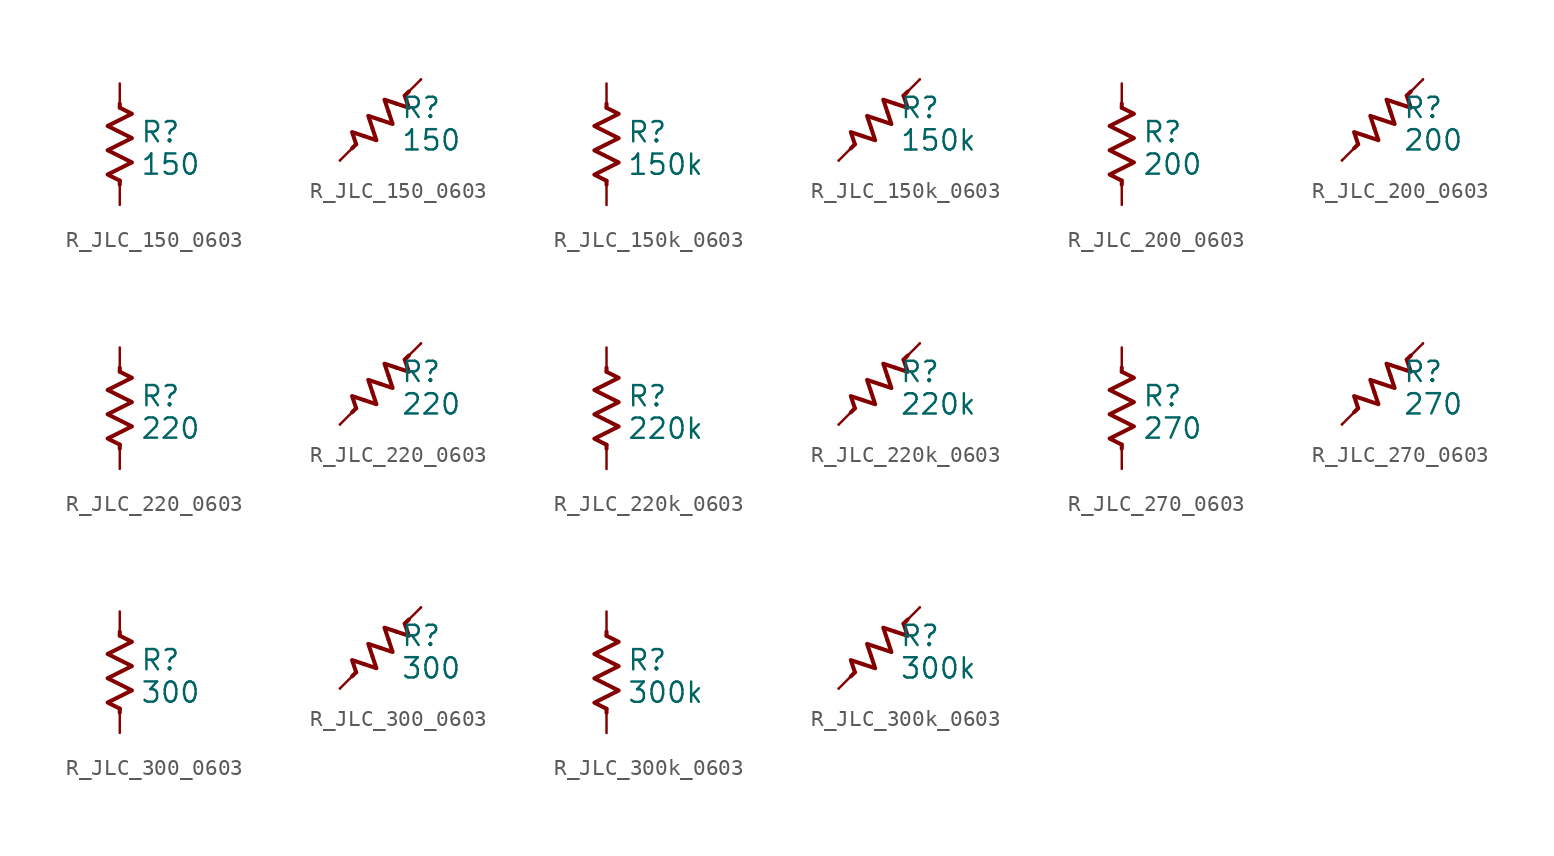
<source format=kicad_sym>
(kicad_symbol_lib
  (version 20231120)
  (generator "kicad_symbol_editor")
  (generator_version "8.0")
  (symbol "R_JLC_150_0603"
    (pin_numbers hide)
    (pin_names
      (offset 0))
    (property "Reference" "R"
      (at 1.27 0.762 0)
      (effects (font (size 1.27 1.27)) (justify left)))
    (property "Value" "150"
      (at 1.27 -1.27 0)
      (effects (font (size 1.27 1.27)) (justify left)))
    (symbol "R_JLC_150_0603_0_1"
      (polyline (pts (xy 0 -2.286) (xy 0 -2.54)) (stroke (width 0.254) (type default)) (fill (type none)))
      (polyline (pts (xy 0 2.286) (xy 0 2.54)) (stroke (width 0.254) (type default)) (fill (type none)))
      (polyline (pts (xy 0 2.286) (xy 0.762 1.905) (xy -0.762 1.143) (xy 0 0.762) (xy 0.762 0.381) (xy 0 0) (xy -0.762 -0.381) (xy 0 -0.762) (xy 0.762 -1.143) (xy 0 -1.524) (xy -0.762 -1.905) (xy 0 -2.286)) (stroke (width 0.254) (type default)) (fill (type none))))
    (symbol "R_JLC_150_0603_0_2"
      (polyline (pts (xy -2.54 -2.54) (xy -1.778 -1.778)) (stroke (width 0) (type default)) (fill (type none)))
      (polyline (pts (xy -1.778 -1.778) (xy -1.524 -1.524)) (stroke (width 0.254) (type default)) (fill (type none)))
      (polyline (pts (xy 1.778 1.778) (xy 1.524 1.524)) (stroke (width 0.254) (type default)) (fill (type none)))
      (polyline (pts (xy 1.778 1.778) (xy 2.54 2.54)) (stroke (width 0) (type default)) (fill (type none)))
      (polyline (pts (xy -1.524 -1.524) (xy -1.778 -0.762) (xy -1.016 -1.016)) (stroke (width 0.254) (type default)) (fill (type none)))
      (polyline (pts (xy -0.508 -0.508) (xy -0.762 0.254) (xy 0 0)) (stroke (width 0.254) (type default)) (fill (type none)))
      (polyline (pts (xy -0.508 -0.508) (xy -0.254 -1.27) (xy -1.016 -1.016)) (stroke (width 0.254) (type default)) (fill (type none)))
      (polyline (pts (xy 0.508 0.508) (xy 0.254 1.27) (xy 1.016 1.016)) (stroke (width 0.254) (type default)) (fill (type none)))
      (polyline (pts (xy 0.508 0.508) (xy 0.762 -0.254) (xy 0 0)) (stroke (width 0.254) (type default)) (fill (type none)))
      (polyline (pts (xy 1.524 1.524) (xy 1.778 0.762) (xy 1.016 1.016)) (stroke (width 0.254) (type default)) (fill (type none))))
    (symbol "R_JLC_150_0603_1_1"
      (pin passive line (at 0 3.81 270) (length 1.27) (name "~" (effects (font (size 1.27 1.27)))) (number "1" (effects (font (size 1.27 1.27)))))
      (pin passive line (at 0 -3.81 90) (length 1.27) (name "~" (effects (font (size 1.27 1.27)))) (number "2" (effects (font (size 1.27 1.27))))))
    (symbol "R_JLC_150_0603_1_2"
      (pin passive line (at 2.54 2.54 180) (length 0) (name "" (effects (font (size 1.27 1.27)))) (number "1" (effects (font (size 1.27 1.27)))))
      (pin passive line (at -2.54 -2.54 0) (length 0) (name "" (effects (font (size 1.27 1.27)))) (number "2" (effects (font (size 1.27 1.27)))))))
  (symbol "R_JLC_150k_0603"
    (pin_numbers hide)
    (pin_names
      (offset 0))
    (property "Reference" "R"
      (at 1.27 0.762 0)
      (effects (font (size 1.27 1.27)) (justify left)))
    (property "Value" "150k"
      (at 1.27 -1.27 0)
      (effects (font (size 1.27 1.27)) (justify left)))
    (symbol "R_JLC_150k_0603_0_1"
      (polyline (pts (xy 0 -2.286) (xy 0 -2.54)) (stroke (width 0.254) (type default)) (fill (type none)))
      (polyline (pts (xy 0 2.286) (xy 0 2.54)) (stroke (width 0.254) (type default)) (fill (type none)))
      (polyline (pts (xy 0 2.286) (xy 0.762 1.905) (xy -0.762 1.143) (xy 0 0.762) (xy 0.762 0.381) (xy 0 0) (xy -0.762 -0.381) (xy 0 -0.762) (xy 0.762 -1.143) (xy 0 -1.524) (xy -0.762 -1.905) (xy 0 -2.286)) (stroke (width 0.254) (type default)) (fill (type none))))
    (symbol "R_JLC_150k_0603_0_2"
      (polyline (pts (xy -2.54 -2.54) (xy -1.778 -1.778)) (stroke (width 0) (type default)) (fill (type none)))
      (polyline (pts (xy -1.778 -1.778) (xy -1.524 -1.524)) (stroke (width 0.254) (type default)) (fill (type none)))
      (polyline (pts (xy 1.778 1.778) (xy 1.524 1.524)) (stroke (width 0.254) (type default)) (fill (type none)))
      (polyline (pts (xy 1.778 1.778) (xy 2.54 2.54)) (stroke (width 0) (type default)) (fill (type none)))
      (polyline (pts (xy -1.524 -1.524) (xy -1.778 -0.762) (xy -1.016 -1.016)) (stroke (width 0.254) (type default)) (fill (type none)))
      (polyline (pts (xy -0.508 -0.508) (xy -0.762 0.254) (xy 0 0)) (stroke (width 0.254) (type default)) (fill (type none)))
      (polyline (pts (xy -0.508 -0.508) (xy -0.254 -1.27) (xy -1.016 -1.016)) (stroke (width 0.254) (type default)) (fill (type none)))
      (polyline (pts (xy 0.508 0.508) (xy 0.254 1.27) (xy 1.016 1.016)) (stroke (width 0.254) (type default)) (fill (type none)))
      (polyline (pts (xy 0.508 0.508) (xy 0.762 -0.254) (xy 0 0)) (stroke (width 0.254) (type default)) (fill (type none)))
      (polyline (pts (xy 1.524 1.524) (xy 1.778 0.762) (xy 1.016 1.016)) (stroke (width 0.254) (type default)) (fill (type none))))
    (symbol "R_JLC_150k_0603_1_1"
      (pin passive line (at 0 3.81 270) (length 1.27) (name "~" (effects (font (size 1.27 1.27)))) (number "1" (effects (font (size 1.27 1.27)))))
      (pin passive line (at 0 -3.81 90) (length 1.27) (name "~" (effects (font (size 1.27 1.27)))) (number "2" (effects (font (size 1.27 1.27))))))
    (symbol "R_JLC_150k_0603_1_2"
      (pin passive line (at 2.54 2.54 180) (length 0) (name "" (effects (font (size 1.27 1.27)))) (number "1" (effects (font (size 1.27 1.27)))))
      (pin passive line (at -2.54 -2.54 0) (length 0) (name "" (effects (font (size 1.27 1.27)))) (number "2" (effects (font (size 1.27 1.27)))))))
  (symbol "R_JLC_200_0603"
    (pin_numbers hide)
    (pin_names
      (offset 0))
    (property "Reference" "R"
      (at 1.27 0.762 0)
      (effects (font (size 1.27 1.27)) (justify left)))
    (property "Value" "200"
      (at 1.27 -1.27 0)
      (effects (font (size 1.27 1.27)) (justify left)))
    (symbol "R_JLC_200_0603_0_1"
      (polyline (pts (xy 0 -2.286) (xy 0 -2.54)) (stroke (width 0.254) (type default)) (fill (type none)))
      (polyline (pts (xy 0 2.286) (xy 0 2.54)) (stroke (width 0.254) (type default)) (fill (type none)))
      (polyline (pts (xy 0 2.286) (xy 0.762 1.905) (xy -0.762 1.143) (xy 0 0.762) (xy 0.762 0.381) (xy 0 0) (xy -0.762 -0.381) (xy 0 -0.762) (xy 0.762 -1.143) (xy 0 -1.524) (xy -0.762 -1.905) (xy 0 -2.286)) (stroke (width 0.254) (type default)) (fill (type none))))
    (symbol "R_JLC_200_0603_0_2"
      (polyline (pts (xy -2.54 -2.54) (xy -1.778 -1.778)) (stroke (width 0) (type default)) (fill (type none)))
      (polyline (pts (xy -1.778 -1.778) (xy -1.524 -1.524)) (stroke (width 0.254) (type default)) (fill (type none)))
      (polyline (pts (xy 1.778 1.778) (xy 1.524 1.524)) (stroke (width 0.254) (type default)) (fill (type none)))
      (polyline (pts (xy 1.778 1.778) (xy 2.54 2.54)) (stroke (width 0) (type default)) (fill (type none)))
      (polyline (pts (xy -1.524 -1.524) (xy -1.778 -0.762) (xy -1.016 -1.016)) (stroke (width 0.254) (type default)) (fill (type none)))
      (polyline (pts (xy -0.508 -0.508) (xy -0.762 0.254) (xy 0 0)) (stroke (width 0.254) (type default)) (fill (type none)))
      (polyline (pts (xy -0.508 -0.508) (xy -0.254 -1.27) (xy -1.016 -1.016)) (stroke (width 0.254) (type default)) (fill (type none)))
      (polyline (pts (xy 0.508 0.508) (xy 0.254 1.27) (xy 1.016 1.016)) (stroke (width 0.254) (type default)) (fill (type none)))
      (polyline (pts (xy 0.508 0.508) (xy 0.762 -0.254) (xy 0 0)) (stroke (width 0.254) (type default)) (fill (type none)))
      (polyline (pts (xy 1.524 1.524) (xy 1.778 0.762) (xy 1.016 1.016)) (stroke (width 0.254) (type default)) (fill (type none))))
    (symbol "R_JLC_200_0603_1_1"
      (pin passive line (at 0 3.81 270) (length 1.27) (name "~" (effects (font (size 1.27 1.27)))) (number "1" (effects (font (size 1.27 1.27)))))
      (pin passive line (at 0 -3.81 90) (length 1.27) (name "~" (effects (font (size 1.27 1.27)))) (number "2" (effects (font (size 1.27 1.27))))))
    (symbol "R_JLC_200_0603_1_2"
      (pin passive line (at 2.54 2.54 180) (length 0) (name "" (effects (font (size 1.27 1.27)))) (number "1" (effects (font (size 1.27 1.27)))))
      (pin passive line (at -2.54 -2.54 0) (length 0) (name "" (effects (font (size 1.27 1.27)))) (number "2" (effects (font (size 1.27 1.27)))))))
  (symbol "R_JLC_220_0603"
    (pin_numbers hide)
    (pin_names
      (offset 0))
    (property "Reference" "R"
      (at 1.27 0.762 0)
      (effects (font (size 1.27 1.27)) (justify left)))
    (property "Value" "220"
      (at 1.27 -1.27 0)
      (effects (font (size 1.27 1.27)) (justify left)))
    (symbol "R_JLC_220_0603_0_1"
      (polyline (pts (xy 0 -2.286) (xy 0 -2.54)) (stroke (width 0.254) (type default)) (fill (type none)))
      (polyline (pts (xy 0 2.286) (xy 0 2.54)) (stroke (width 0.254) (type default)) (fill (type none)))
      (polyline (pts (xy 0 2.286) (xy 0.762 1.905) (xy -0.762 1.143) (xy 0 0.762) (xy 0.762 0.381) (xy 0 0) (xy -0.762 -0.381) (xy 0 -0.762) (xy 0.762 -1.143) (xy 0 -1.524) (xy -0.762 -1.905) (xy 0 -2.286)) (stroke (width 0.254) (type default)) (fill (type none))))
    (symbol "R_JLC_220_0603_0_2"
      (polyline (pts (xy -2.54 -2.54) (xy -1.778 -1.778)) (stroke (width 0) (type default)) (fill (type none)))
      (polyline (pts (xy -1.778 -1.778) (xy -1.524 -1.524)) (stroke (width 0.254) (type default)) (fill (type none)))
      (polyline (pts (xy 1.778 1.778) (xy 1.524 1.524)) (stroke (width 0.254) (type default)) (fill (type none)))
      (polyline (pts (xy 1.778 1.778) (xy 2.54 2.54)) (stroke (width 0) (type default)) (fill (type none)))
      (polyline (pts (xy -1.524 -1.524) (xy -1.778 -0.762) (xy -1.016 -1.016)) (stroke (width 0.254) (type default)) (fill (type none)))
      (polyline (pts (xy -0.508 -0.508) (xy -0.762 0.254) (xy 0 0)) (stroke (width 0.254) (type default)) (fill (type none)))
      (polyline (pts (xy -0.508 -0.508) (xy -0.254 -1.27) (xy -1.016 -1.016)) (stroke (width 0.254) (type default)) (fill (type none)))
      (polyline (pts (xy 0.508 0.508) (xy 0.254 1.27) (xy 1.016 1.016)) (stroke (width 0.254) (type default)) (fill (type none)))
      (polyline (pts (xy 0.508 0.508) (xy 0.762 -0.254) (xy 0 0)) (stroke (width 0.254) (type default)) (fill (type none)))
      (polyline (pts (xy 1.524 1.524) (xy 1.778 0.762) (xy 1.016 1.016)) (stroke (width 0.254) (type default)) (fill (type none))))
    (symbol "R_JLC_220_0603_1_1"
      (pin passive line (at 0 3.81 270) (length 1.27) (name "~" (effects (font (size 1.27 1.27)))) (number "1" (effects (font (size 1.27 1.27)))))
      (pin passive line (at 0 -3.81 90) (length 1.27) (name "~" (effects (font (size 1.27 1.27)))) (number "2" (effects (font (size 1.27 1.27))))))
    (symbol "R_JLC_220_0603_1_2"
      (pin passive line (at 2.54 2.54 180) (length 0) (name "" (effects (font (size 1.27 1.27)))) (number "1" (effects (font (size 1.27 1.27)))))
      (pin passive line (at -2.54 -2.54 0) (length 0) (name "" (effects (font (size 1.27 1.27)))) (number "2" (effects (font (size 1.27 1.27)))))))
  (symbol "R_JLC_220k_0603"
    (pin_numbers hide)
    (pin_names
      (offset 0))
    (property "Reference" "R"
      (at 1.27 0.762 0)
      (effects (font (size 1.27 1.27)) (justify left)))
    (property "Value" "220k"
      (at 1.27 -1.27 0)
      (effects (font (size 1.27 1.27)) (justify left)))
    (symbol "R_JLC_220k_0603_0_1"
      (polyline (pts (xy 0 -2.286) (xy 0 -2.54)) (stroke (width 0.254) (type default)) (fill (type none)))
      (polyline (pts (xy 0 2.286) (xy 0 2.54)) (stroke (width 0.254) (type default)) (fill (type none)))
      (polyline (pts (xy 0 2.286) (xy 0.762 1.905) (xy -0.762 1.143) (xy 0 0.762) (xy 0.762 0.381) (xy 0 0) (xy -0.762 -0.381) (xy 0 -0.762) (xy 0.762 -1.143) (xy 0 -1.524) (xy -0.762 -1.905) (xy 0 -2.286)) (stroke (width 0.254) (type default)) (fill (type none))))
    (symbol "R_JLC_220k_0603_0_2"
      (polyline (pts (xy -2.54 -2.54) (xy -1.778 -1.778)) (stroke (width 0) (type default)) (fill (type none)))
      (polyline (pts (xy -1.778 -1.778) (xy -1.524 -1.524)) (stroke (width 0.254) (type default)) (fill (type none)))
      (polyline (pts (xy 1.778 1.778) (xy 1.524 1.524)) (stroke (width 0.254) (type default)) (fill (type none)))
      (polyline (pts (xy 1.778 1.778) (xy 2.54 2.54)) (stroke (width 0) (type default)) (fill (type none)))
      (polyline (pts (xy -1.524 -1.524) (xy -1.778 -0.762) (xy -1.016 -1.016)) (stroke (width 0.254) (type default)) (fill (type none)))
      (polyline (pts (xy -0.508 -0.508) (xy -0.762 0.254) (xy 0 0)) (stroke (width 0.254) (type default)) (fill (type none)))
      (polyline (pts (xy -0.508 -0.508) (xy -0.254 -1.27) (xy -1.016 -1.016)) (stroke (width 0.254) (type default)) (fill (type none)))
      (polyline (pts (xy 0.508 0.508) (xy 0.254 1.27) (xy 1.016 1.016)) (stroke (width 0.254) (type default)) (fill (type none)))
      (polyline (pts (xy 0.508 0.508) (xy 0.762 -0.254) (xy 0 0)) (stroke (width 0.254) (type default)) (fill (type none)))
      (polyline (pts (xy 1.524 1.524) (xy 1.778 0.762) (xy 1.016 1.016)) (stroke (width 0.254) (type default)) (fill (type none))))
    (symbol "R_JLC_220k_0603_1_1"
      (pin passive line (at 0 3.81 270) (length 1.27) (name "~" (effects (font (size 1.27 1.27)))) (number "1" (effects (font (size 1.27 1.27)))))
      (pin passive line (at 0 -3.81 90) (length 1.27) (name "~" (effects (font (size 1.27 1.27)))) (number "2" (effects (font (size 1.27 1.27))))))
    (symbol "R_JLC_220k_0603_1_2"
      (pin passive line (at 2.54 2.54 180) (length 0) (name "" (effects (font (size 1.27 1.27)))) (number "1" (effects (font (size 1.27 1.27)))))
      (pin passive line (at -2.54 -2.54 0) (length 0) (name "" (effects (font (size 1.27 1.27)))) (number "2" (effects (font (size 1.27 1.27)))))))
  (symbol "R_JLC_270_0603"
    (pin_numbers hide)
    (pin_names
      (offset 0))
    (property "Reference" "R"
      (at 1.27 0.762 0)
      (effects (font (size 1.27 1.27)) (justify left)))
    (property "Value" "270"
      (at 1.27 -1.27 0)
      (effects (font (size 1.27 1.27)) (justify left)))
    (symbol "R_JLC_270_0603_0_1"
      (polyline (pts (xy 0 -2.286) (xy 0 -2.54)) (stroke (width 0.254) (type default)) (fill (type none)))
      (polyline (pts (xy 0 2.286) (xy 0 2.54)) (stroke (width 0.254) (type default)) (fill (type none)))
      (polyline (pts (xy 0 2.286) (xy 0.762 1.905) (xy -0.762 1.143) (xy 0 0.762) (xy 0.762 0.381) (xy 0 0) (xy -0.762 -0.381) (xy 0 -0.762) (xy 0.762 -1.143) (xy 0 -1.524) (xy -0.762 -1.905) (xy 0 -2.286)) (stroke (width 0.254) (type default)) (fill (type none))))
    (symbol "R_JLC_270_0603_0_2"
      (polyline (pts (xy -2.54 -2.54) (xy -1.778 -1.778)) (stroke (width 0) (type default)) (fill (type none)))
      (polyline (pts (xy -1.778 -1.778) (xy -1.524 -1.524)) (stroke (width 0.254) (type default)) (fill (type none)))
      (polyline (pts (xy 1.778 1.778) (xy 1.524 1.524)) (stroke (width 0.254) (type default)) (fill (type none)))
      (polyline (pts (xy 1.778 1.778) (xy 2.54 2.54)) (stroke (width 0) (type default)) (fill (type none)))
      (polyline (pts (xy -1.524 -1.524) (xy -1.778 -0.762) (xy -1.016 -1.016)) (stroke (width 0.254) (type default)) (fill (type none)))
      (polyline (pts (xy -0.508 -0.508) (xy -0.762 0.254) (xy 0 0)) (stroke (width 0.254) (type default)) (fill (type none)))
      (polyline (pts (xy -0.508 -0.508) (xy -0.254 -1.27) (xy -1.016 -1.016)) (stroke (width 0.254) (type default)) (fill (type none)))
      (polyline (pts (xy 0.508 0.508) (xy 0.254 1.27) (xy 1.016 1.016)) (stroke (width 0.254) (type default)) (fill (type none)))
      (polyline (pts (xy 0.508 0.508) (xy 0.762 -0.254) (xy 0 0)) (stroke (width 0.254) (type default)) (fill (type none)))
      (polyline (pts (xy 1.524 1.524) (xy 1.778 0.762) (xy 1.016 1.016)) (stroke (width 0.254) (type default)) (fill (type none))))
    (symbol "R_JLC_270_0603_1_1"
      (pin passive line (at 0 3.81 270) (length 1.27) (name "~" (effects (font (size 1.27 1.27)))) (number "1" (effects (font (size 1.27 1.27)))))
      (pin passive line (at 0 -3.81 90) (length 1.27) (name "~" (effects (font (size 1.27 1.27)))) (number "2" (effects (font (size 1.27 1.27))))))
    (symbol "R_JLC_270_0603_1_2"
      (pin passive line (at 2.54 2.54 180) (length 0) (name "" (effects (font (size 1.27 1.27)))) (number "1" (effects (font (size 1.27 1.27)))))
      (pin passive line (at -2.54 -2.54 0) (length 0) (name "" (effects (font (size 1.27 1.27)))) (number "2" (effects (font (size 1.27 1.27)))))))
  (symbol "R_JLC_300_0603"
    (pin_numbers hide)
    (pin_names
      (offset 0))
    (property "Reference" "R"
      (at 1.27 0.762 0)
      (effects (font (size 1.27 1.27)) (justify left)))
    (property "Value" "300"
      (at 1.27 -1.27 0)
      (effects (font (size 1.27 1.27)) (justify left)))
    (symbol "R_JLC_300_0603_0_1"
      (polyline (pts (xy 0 -2.286) (xy 0 -2.54)) (stroke (width 0.254) (type default)) (fill (type none)))
      (polyline (pts (xy 0 2.286) (xy 0 2.54)) (stroke (width 0.254) (type default)) (fill (type none)))
      (polyline (pts (xy 0 2.286) (xy 0.762 1.905) (xy -0.762 1.143) (xy 0 0.762) (xy 0.762 0.381) (xy 0 0) (xy -0.762 -0.381) (xy 0 -0.762) (xy 0.762 -1.143) (xy 0 -1.524) (xy -0.762 -1.905) (xy 0 -2.286)) (stroke (width 0.254) (type default)) (fill (type none))))
    (symbol "R_JLC_300_0603_0_2"
      (polyline (pts (xy -2.54 -2.54) (xy -1.778 -1.778)) (stroke (width 0) (type default)) (fill (type none)))
      (polyline (pts (xy -1.778 -1.778) (xy -1.524 -1.524)) (stroke (width 0.254) (type default)) (fill (type none)))
      (polyline (pts (xy 1.778 1.778) (xy 1.524 1.524)) (stroke (width 0.254) (type default)) (fill (type none)))
      (polyline (pts (xy 1.778 1.778) (xy 2.54 2.54)) (stroke (width 0) (type default)) (fill (type none)))
      (polyline (pts (xy -1.524 -1.524) (xy -1.778 -0.762) (xy -1.016 -1.016)) (stroke (width 0.254) (type default)) (fill (type none)))
      (polyline (pts (xy -0.508 -0.508) (xy -0.762 0.254) (xy 0 0)) (stroke (width 0.254) (type default)) (fill (type none)))
      (polyline (pts (xy -0.508 -0.508) (xy -0.254 -1.27) (xy -1.016 -1.016)) (stroke (width 0.254) (type default)) (fill (type none)))
      (polyline (pts (xy 0.508 0.508) (xy 0.254 1.27) (xy 1.016 1.016)) (stroke (width 0.254) (type default)) (fill (type none)))
      (polyline (pts (xy 0.508 0.508) (xy 0.762 -0.254) (xy 0 0)) (stroke (width 0.254) (type default)) (fill (type none)))
      (polyline (pts (xy 1.524 1.524) (xy 1.778 0.762) (xy 1.016 1.016)) (stroke (width 0.254) (type default)) (fill (type none))))
    (symbol "R_JLC_300_0603_1_1"
      (pin passive line (at 0 3.81 270) (length 1.27) (name "~" (effects (font (size 1.27 1.27)))) (number "1" (effects (font (size 1.27 1.27)))))
      (pin passive line (at 0 -3.81 90) (length 1.27) (name "~" (effects (font (size 1.27 1.27)))) (number "2" (effects (font (size 1.27 1.27))))))
    (symbol "R_JLC_300_0603_1_2"
      (pin passive line (at 2.54 2.54 180) (length 0) (name "" (effects (font (size 1.27 1.27)))) (number "1" (effects (font (size 1.27 1.27)))))
      (pin passive line (at -2.54 -2.54 0) (length 0) (name "" (effects (font (size 1.27 1.27)))) (number "2" (effects (font (size 1.27 1.27)))))))
  (symbol "R_JLC_300k_0603"
    (pin_numbers hide)
    (pin_names
      (offset 0))
    (property "Reference" "R"
      (at 1.27 0.762 0)
      (effects (font (size 1.27 1.27)) (justify left)))
    (property "Value" "300k"
      (at 1.27 -1.27 0)
      (effects (font (size 1.27 1.27)) (justify left)))
    (symbol "R_JLC_300k_0603_0_1"
      (polyline (pts (xy 0 -2.286) (xy 0 -2.54)) (stroke (width 0.254) (type default)) (fill (type none)))
      (polyline (pts (xy 0 2.286) (xy 0 2.54)) (stroke (width 0.254) (type default)) (fill (type none)))
      (polyline (pts (xy 0 2.286) (xy 0.762 1.905) (xy -0.762 1.143) (xy 0 0.762) (xy 0.762 0.381) (xy 0 0) (xy -0.762 -0.381) (xy 0 -0.762) (xy 0.762 -1.143) (xy 0 -1.524) (xy -0.762 -1.905) (xy 0 -2.286)) (stroke (width 0.254) (type default)) (fill (type none))))
    (symbol "R_JLC_300k_0603_0_2"
      (polyline (pts (xy -2.54 -2.54) (xy -1.778 -1.778)) (stroke (width 0) (type default)) (fill (type none)))
      (polyline (pts (xy -1.778 -1.778) (xy -1.524 -1.524)) (stroke (width 0.254) (type default)) (fill (type none)))
      (polyline (pts (xy 1.778 1.778) (xy 1.524 1.524)) (stroke (width 0.254) (type default)) (fill (type none)))
      (polyline (pts (xy 1.778 1.778) (xy 2.54 2.54)) (stroke (width 0) (type default)) (fill (type none)))
      (polyline (pts (xy -1.524 -1.524) (xy -1.778 -0.762) (xy -1.016 -1.016)) (stroke (width 0.254) (type default)) (fill (type none)))
      (polyline (pts (xy -0.508 -0.508) (xy -0.762 0.254) (xy 0 0)) (stroke (width 0.254) (type default)) (fill (type none)))
      (polyline (pts (xy -0.508 -0.508) (xy -0.254 -1.27) (xy -1.016 -1.016)) (stroke (width 0.254) (type default)) (fill (type none)))
      (polyline (pts (xy 0.508 0.508) (xy 0.254 1.27) (xy 1.016 1.016)) (stroke (width 0.254) (type default)) (fill (type none)))
      (polyline (pts (xy 0.508 0.508) (xy 0.762 -0.254) (xy 0 0)) (stroke (width 0.254) (type default)) (fill (type none)))
      (polyline (pts (xy 1.524 1.524) (xy 1.778 0.762) (xy 1.016 1.016)) (stroke (width 0.254) (type default)) (fill (type none))))
    (symbol "R_JLC_300k_0603_1_1"
      (pin passive line (at 0 3.81 270) (length 1.27) (name "~" (effects (font (size 1.27 1.27)))) (number "1" (effects (font (size 1.27 1.27)))))
      (pin passive line (at 0 -3.81 90) (length 1.27) (name "~" (effects (font (size 1.27 1.27)))) (number "2" (effects (font (size 1.27 1.27))))))
    (symbol "R_JLC_300k_0603_1_2"
      (pin passive line (at 2.54 2.54 180) (length 0) (name "" (effects (font (size 1.27 1.27)))) (number "1" (effects (font (size 1.27 1.27)))))
      (pin passive line (at -2.54 -2.54 0) (length 0) (name "" (effects (font (size 1.27 1.27)))) (number "2" (effects (font (size 1.27 1.27))))))))
</source>
